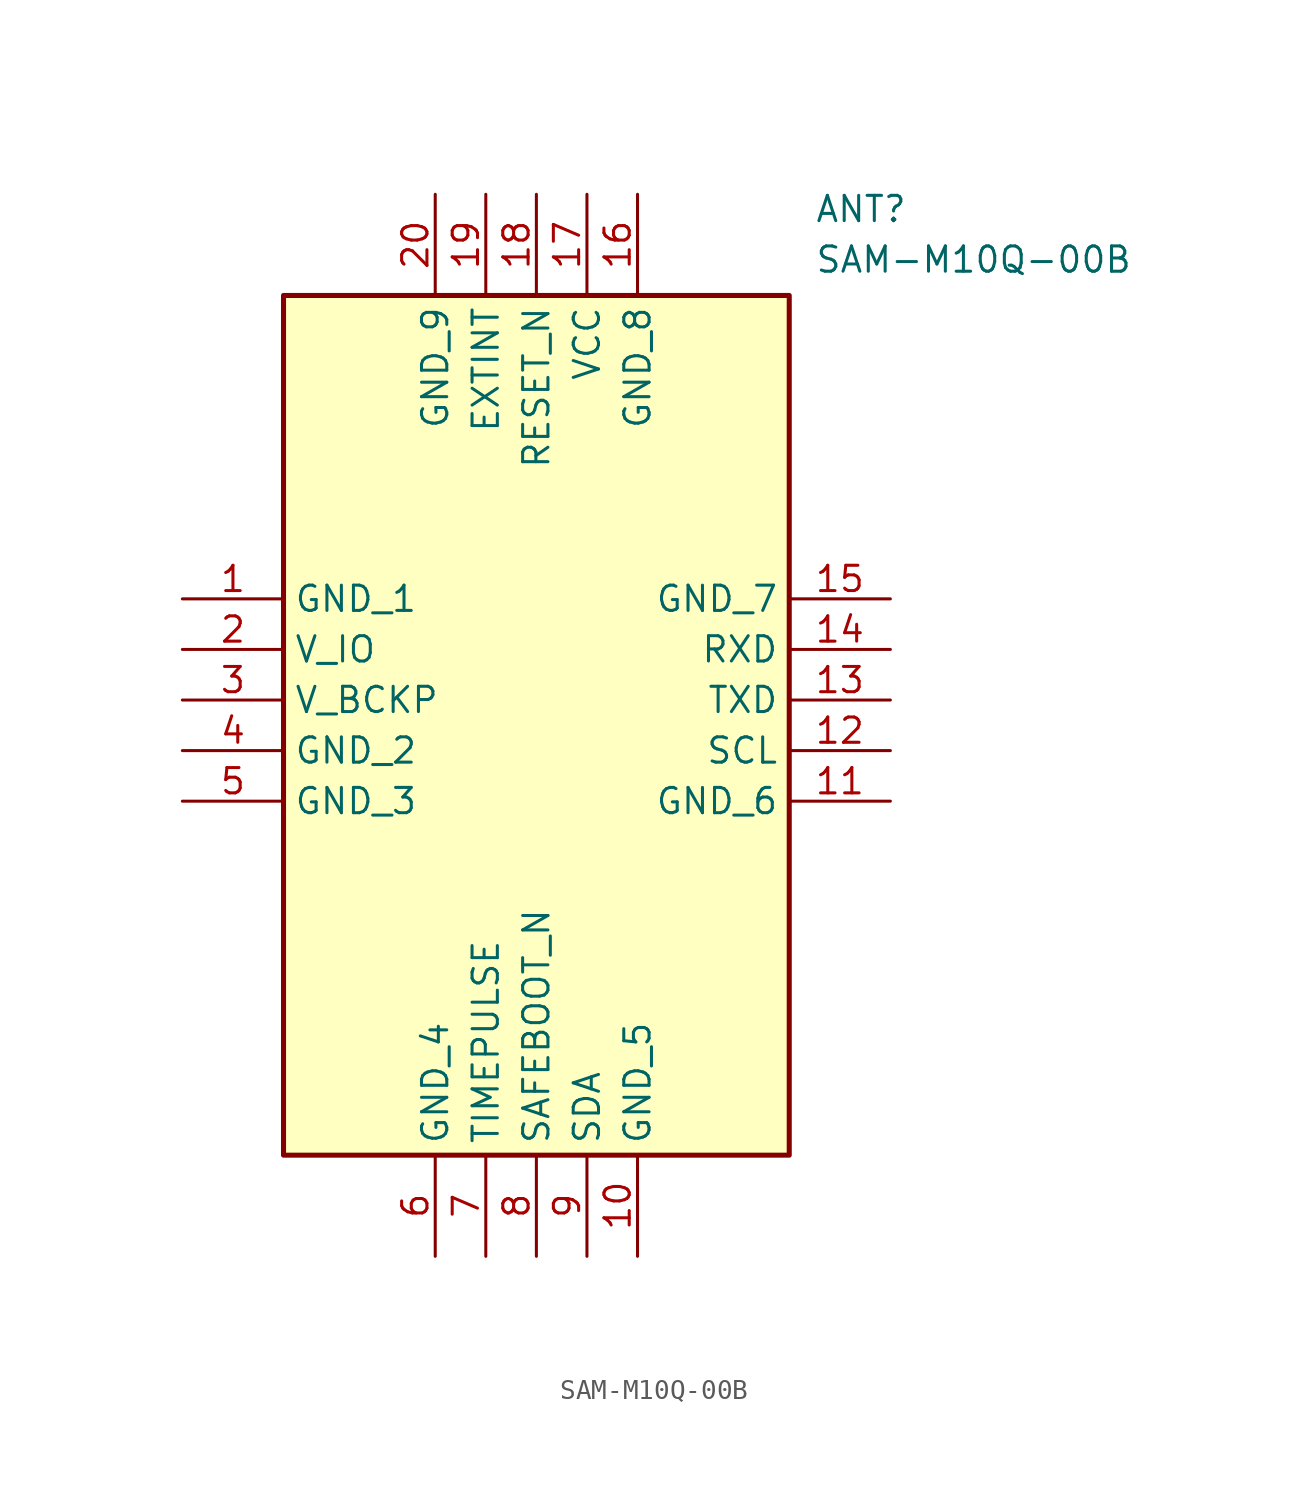
<source format=kicad_sym>
(kicad_symbol_lib
  (version 20211014)
  (generator SamacSys_ECAD_Model)
  (symbol "SAM-M10Q-00B"
    (property "Reference" "ANT"
      (at 31.75 20.32 0)
      (effects (font (size 1.27 1.27)) (justify left top)))
    (property "Value" "SAM-M10Q-00B"
      (at 31.75 17.78 0)
      (effects (font (size 1.27 1.27)) (justify left top)))
    (rectangle
      (start 5.08 15.24)
      (end 30.48 -27.94)
      (stroke (width 0.254) (type default))
      (fill (type background)))
    (pin passive line
      (at 0 0 0)
      (length 5.08)
      (name "GND_1" (effects (font (size 1.27 1.27))))
      (number "1" (effects (font (size 1.27 1.27)))))
    (pin passive line
      (at 0 -2.54 0)
      (length 5.08)
      (name "V_IO" (effects (font (size 1.27 1.27))))
      (number "2" (effects (font (size 1.27 1.27)))))
    (pin passive line
      (at 0 -5.08 0)
      (length 5.08)
      (name "V_BCKP" (effects (font (size 1.27 1.27))))
      (number "3" (effects (font (size 1.27 1.27)))))
    (pin passive line
      (at 0 -7.62 0)
      (length 5.08)
      (name "GND_2" (effects (font (size 1.27 1.27))))
      (number "4" (effects (font (size 1.27 1.27)))))
    (pin passive line
      (at 0 -10.16 0)
      (length 5.08)
      (name "GND_3" (effects (font (size 1.27 1.27))))
      (number "5" (effects (font (size 1.27 1.27)))))
    (pin passive line
      (at 12.7 -33.02 90)
      (length 5.08)
      (name "GND_4" (effects (font (size 1.27 1.27))))
      (number "6" (effects (font (size 1.27 1.27)))))
    (pin passive line
      (at 15.24 -33.02 90)
      (length 5.08)
      (name "TIMEPULSE" (effects (font (size 1.27 1.27))))
      (number "7" (effects (font (size 1.27 1.27)))))
    (pin passive line
      (at 17.78 -33.02 90)
      (length 5.08)
      (name "SAFEBOOT_N" (effects (font (size 1.27 1.27))))
      (number "8" (effects (font (size 1.27 1.27)))))
    (pin passive line
      (at 20.32 -33.02 90)
      (length 5.08)
      (name "SDA" (effects (font (size 1.27 1.27))))
      (number "9" (effects (font (size 1.27 1.27)))))
    (pin passive line
      (at 22.86 -33.02 90)
      (length 5.08)
      (name "GND_5" (effects (font (size 1.27 1.27))))
      (number "10" (effects (font (size 1.27 1.27)))))
    (pin passive line
      (at 35.56 -10.16 180)
      (length 5.08)
      (name "GND_6" (effects (font (size 1.27 1.27))))
      (number "11" (effects (font (size 1.27 1.27)))))
    (pin passive line
      (at 35.56 -7.62 180)
      (length 5.08)
      (name "SCL" (effects (font (size 1.27 1.27))))
      (number "12" (effects (font (size 1.27 1.27)))))
    (pin passive line
      (at 35.56 -5.08 180)
      (length 5.08)
      (name "TXD" (effects (font (size 1.27 1.27))))
      (number "13" (effects (font (size 1.27 1.27)))))
    (pin passive line
      (at 35.56 -2.54 180)
      (length 5.08)
      (name "RXD" (effects (font (size 1.27 1.27))))
      (number "14" (effects (font (size 1.27 1.27)))))
    (pin passive line
      (at 35.56 0 180)
      (length 5.08)
      (name "GND_7" (effects (font (size 1.27 1.27))))
      (number "15" (effects (font (size 1.27 1.27)))))
    (pin passive line
      (at 22.86 20.32 270)
      (length 5.08)
      (name "GND_8" (effects (font (size 1.27 1.27))))
      (number "16" (effects (font (size 1.27 1.27)))))
    (pin passive line
      (at 20.32 20.32 270)
      (length 5.08)
      (name "VCC" (effects (font (size 1.27 1.27))))
      (number "17" (effects (font (size 1.27 1.27)))))
    (pin passive line
      (at 17.78 20.32 270)
      (length 5.08)
      (name "RESET_N" (effects (font (size 1.27 1.27))))
      (number "18" (effects (font (size 1.27 1.27)))))
    (pin passive line
      (at 15.24 20.32 270)
      (length 5.08)
      (name "EXTINT" (effects (font (size 1.27 1.27))))
      (number "19" (effects (font (size 1.27 1.27)))))
    (pin passive line
      (at 12.7 20.32 270)
      (length 5.08)
      (name "GND_9" (effects (font (size 1.27 1.27))))
      (number "20" (effects (font (size 1.27 1.27)))))))
</source>
